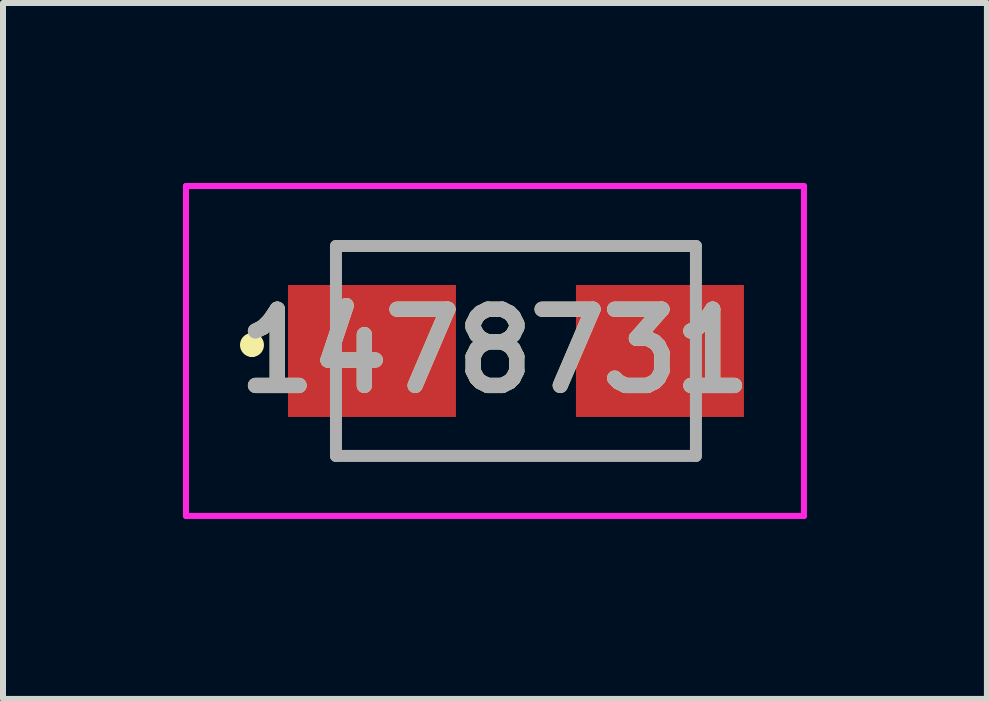
<source format=kicad_pcb>
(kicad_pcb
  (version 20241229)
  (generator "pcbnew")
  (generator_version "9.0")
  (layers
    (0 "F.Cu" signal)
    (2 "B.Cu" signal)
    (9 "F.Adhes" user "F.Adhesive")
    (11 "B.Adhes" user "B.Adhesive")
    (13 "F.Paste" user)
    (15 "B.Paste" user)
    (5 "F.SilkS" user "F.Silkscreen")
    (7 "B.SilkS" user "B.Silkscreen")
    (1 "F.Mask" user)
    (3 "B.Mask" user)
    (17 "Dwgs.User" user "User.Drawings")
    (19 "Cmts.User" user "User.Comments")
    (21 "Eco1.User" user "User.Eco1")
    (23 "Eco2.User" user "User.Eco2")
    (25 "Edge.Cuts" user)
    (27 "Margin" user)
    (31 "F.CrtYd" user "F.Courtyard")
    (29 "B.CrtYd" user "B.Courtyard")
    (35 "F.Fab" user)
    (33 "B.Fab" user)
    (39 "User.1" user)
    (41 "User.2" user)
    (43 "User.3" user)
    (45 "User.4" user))
  (footprint "1478731"
    (layer "F.Cu")
    (at 5.2 2.8)
    (property "Reference" "1478731" (at 0 0 0) (layer "F.SilkS") (effects (font (size 1.27 1.27) (thickness 0.254))))
    (attr smd)
    (fp_line (start -4.05 -0.2) (end -4.05 -0.2) (stroke (width 0.2) (type solid)) (layer "F.SilkS"))
    (fp_line (start -4.05 0) (end -4.05 0) (stroke (width 0.2) (type solid)) (layer "F.SilkS"))
    (fp_line (start -2.65 -1.75) (end 3.35 -1.75) (stroke (width 0.1) (type solid)) (layer "F.SilkS"))
    (fp_line (start -2.65 1.75) (end 3.35 1.75) (stroke (width 0.1) (type solid)) (layer "F.SilkS"))
    (fp_arc (start -4.05 -0.2) (mid -3.95 -0.1) (end -4.05 0) (stroke (width 0.2) (type solid)) (layer "F.SilkS"))
    (fp_arc (start -4.05 0) (mid -4.15 -0.1) (end -4.05 -0.2) (stroke (width 0.2) (type solid)) (layer "F.SilkS"))
    (fp_line (start -5.15 -2.75) (end 5.15 -2.75) (stroke (width 0.1) (type solid)) (layer "F.CrtYd"))
    (fp_line (start -5.15 2.75) (end -5.15 -2.75) (stroke (width 0.1) (type solid)) (layer "F.CrtYd"))
    (fp_line (start 5.15 -2.75) (end 5.15 2.75) (stroke (width 0.1) (type solid)) (layer "F.CrtYd"))
    (fp_line (start 5.15 2.75) (end -5.15 2.75) (stroke (width 0.1) (type solid)) (layer "F.CrtYd"))
    (fp_line (start -2.65 -1.75) (end 3.35 -1.75) (stroke (width 0.2) (type solid)) (layer "F.Fab"))
    (fp_line (start -2.65 1.75) (end -2.65 -1.75) (stroke (width 0.2) (type solid)) (layer "F.Fab"))
    (fp_line (start 3.35 -1.75) (end 3.35 1.75) (stroke (width 0.2) (type solid)) (layer "F.Fab"))
    (fp_line (start 3.35 1.75) (end -2.65 1.75) (stroke (width 0.2) (type solid)) (layer "F.Fab"))
    (fp_text user "${REFERENCE}" (at 0 0 0) (layer "F.Fab") (effects (font (size 1.27 1.27) (thickness 0.254))))
    (pad "1" smd rect (at -2.05 0 90) (size 2.2 2.8) (layers "F.Cu" "F.Mask" "F.Paste"))
    (pad "2" smd rect (at 2.75 0 90) (size 2.2 2.8) (layers "F.Cu" "F.Mask" "F.Paste")))
  (gr_rect
    (start -3 -3)
    (end 13.4 8.6)
    (stroke (width 0.1) (type default))
    (fill no)
    (layer "Edge.Cuts")))
</source>
